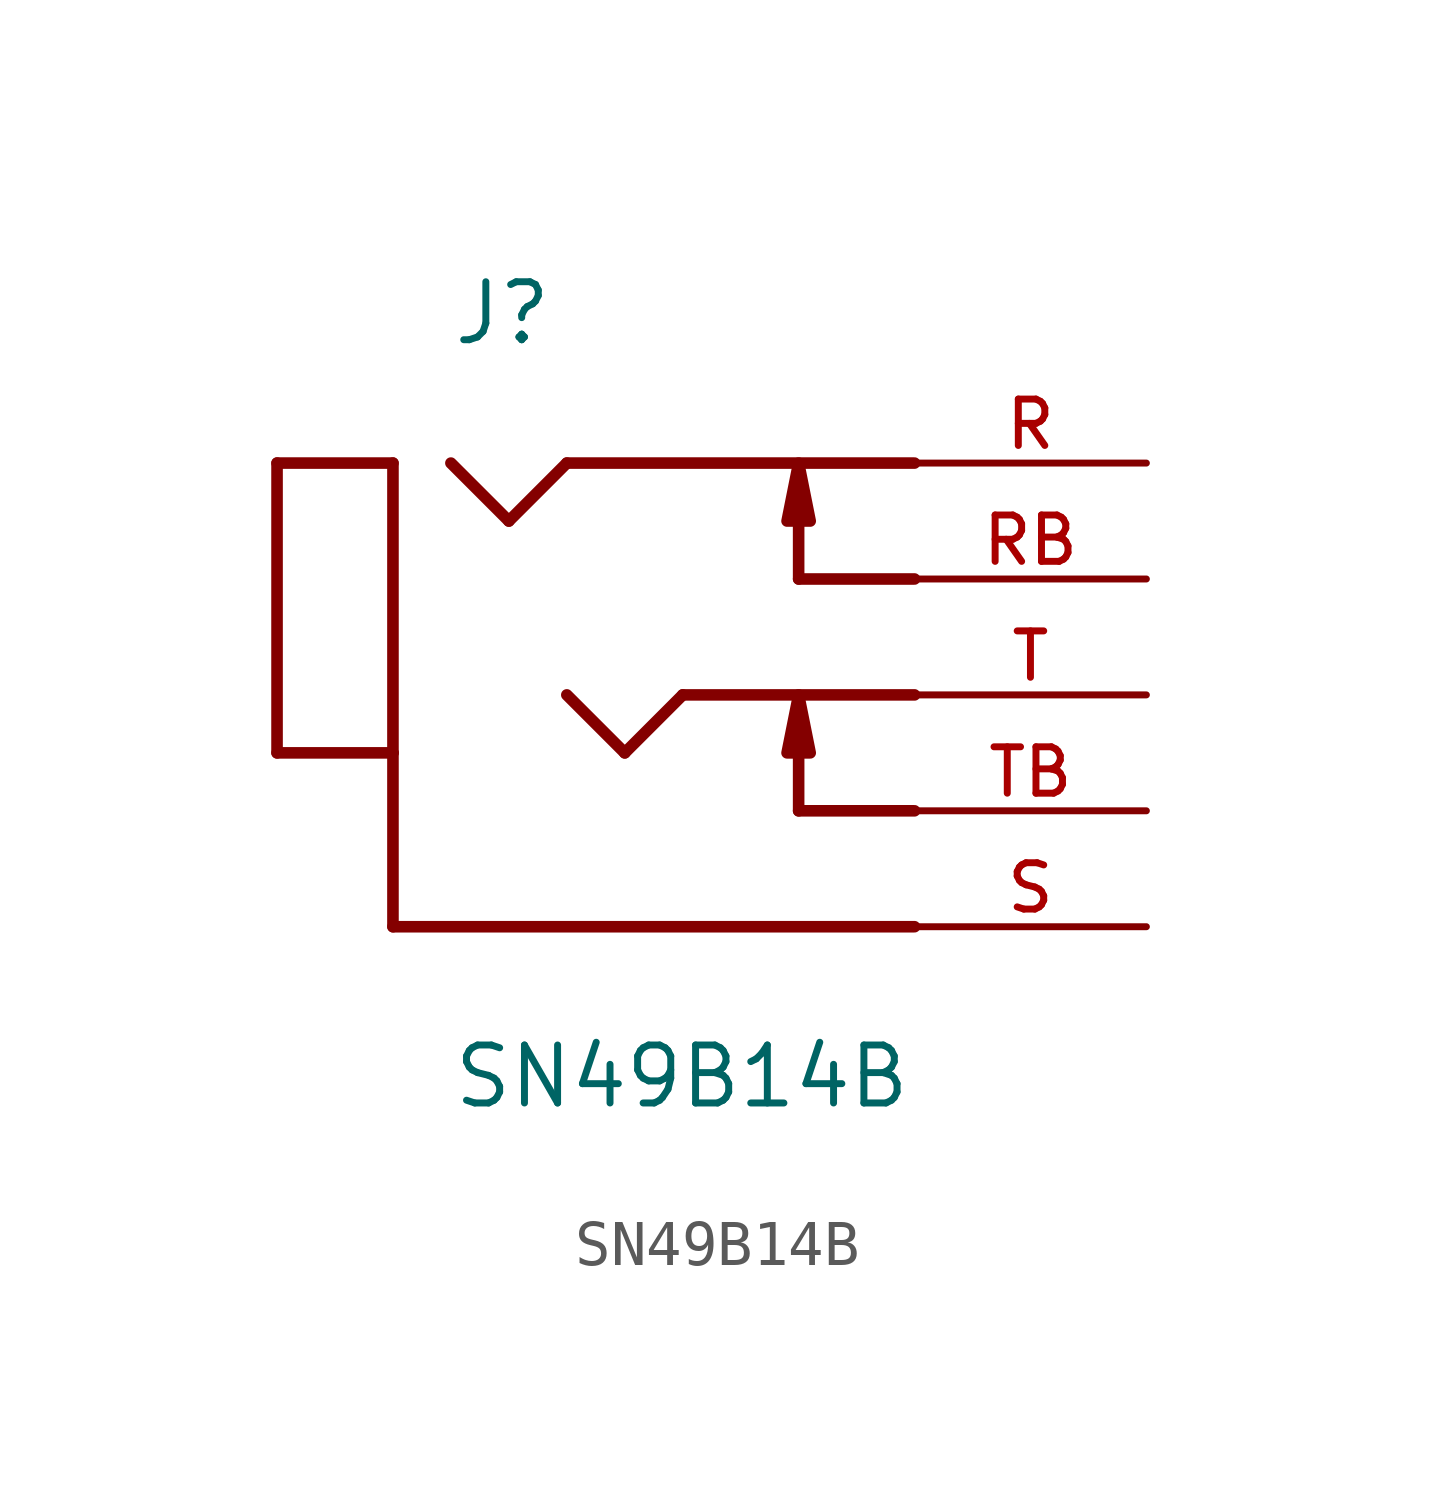
<source format=kicad_sym>
(kicad_symbol_lib
  (version 20211014)
  (generator kicad_symbol_editor)
  (symbol "SN49B14B"
    (pin_names
      (offset 1.016))
    (property "Reference" "J"
      (at -5.08 7.62 0)
      (effects (font (size 1.27 1.27)) (justify bottom left)))
    (property "Value" "SN49B14B"
      (at -5.08 -7.62 0)
      (effects (font (size 1.27 1.27)) (justify top left)))
    (symbol "SN49B14B_0_0"
      (polyline (pts (xy -8.89 5.08) (xy -6.35 5.08)) (stroke (width 0.254)))
      (polyline (pts (xy -6.35 5.08) (xy -6.35 -1.27)) (stroke (width 0.254)))
      (polyline (pts (xy -6.35 -1.27) (xy -8.89 -1.27)) (stroke (width 0.254)))
      (polyline (pts (xy -8.89 -1.27) (xy -8.89 5.08)) (stroke (width 0.254)))
      (polyline (pts (xy -6.35 -5.08) (xy 5.08 -5.08)) (stroke (width 0.254)))
      (polyline (pts (xy -2.54 0.0) (xy -1.27 -1.27)) (stroke (width 0.254)))
      (polyline (pts (xy -1.27 -1.27) (xy 0.0 0.0)) (stroke (width 0.254)))
      (polyline (pts (xy 0.0 0.0) (xy 5.08 0.0)) (stroke (width 0.254)))
      (polyline (pts (xy 2.54 -2.54) (xy 5.08 -2.54)) (stroke (width 0.254)))
      (polyline (pts (xy 2.54 -2.54) (xy 2.54 -0.762)) (stroke (width 0.254)))
      (polyline (pts (xy 2.54 0.0) (xy 2.286 -1.27) (xy 2.794 -1.27) (xy 2.54 0.0)) (stroke (width 0.254)) (fill (type outline)))
      (polyline (pts (xy -6.35 -5.08) (xy -6.35 -1.27)) (stroke (width 0.254)))
      (polyline (pts (xy -5.08 5.08) (xy -3.81 3.81)) (stroke (width 0.254)))
      (polyline (pts (xy -3.81 3.81) (xy -2.54 5.08)) (stroke (width 0.254)))
      (polyline (pts (xy -2.54 5.08) (xy 5.08 5.08)) (stroke (width 0.254)))
      (polyline (pts (xy 2.54 2.54) (xy 5.08 2.54)) (stroke (width 0.254)))
      (polyline (pts (xy 2.54 2.54) (xy 2.54 4.318)) (stroke (width 0.254)))
      (polyline (pts (xy 2.54 5.08) (xy 2.286 3.81) (xy 2.794 3.81) (xy 2.54 5.08)) (stroke (width 0.254)) (fill (type outline)))
      (pin passive line (at 10.16 -5.08 180.0) (length 5.08) (name "~" (effects (font (size 1.016 1.016)))) (number "S" (effects (font (size 1.016 1.016)))))
      (pin passive line (at 10.16 0.0 180.0) (length 5.08) (name "~" (effects (font (size 1.016 1.016)))) (number "T" (effects (font (size 1.016 1.016)))))
      (pin passive line (at 10.16 -2.54 180.0) (length 5.08) (name "~" (effects (font (size 1.016 1.016)))) (number "TB" (effects (font (size 1.016 1.016)))))
      (pin passive line (at 10.16 5.08 180.0) (length 5.08) (name "~" (effects (font (size 1.016 1.016)))) (number "R" (effects (font (size 1.016 1.016)))))
      (pin passive line (at 10.16 2.54 180.0) (length 5.08) (name "~" (effects (font (size 1.016 1.016)))) (number "RB" (effects (font (size 1.016 1.016))))))))
</source>
